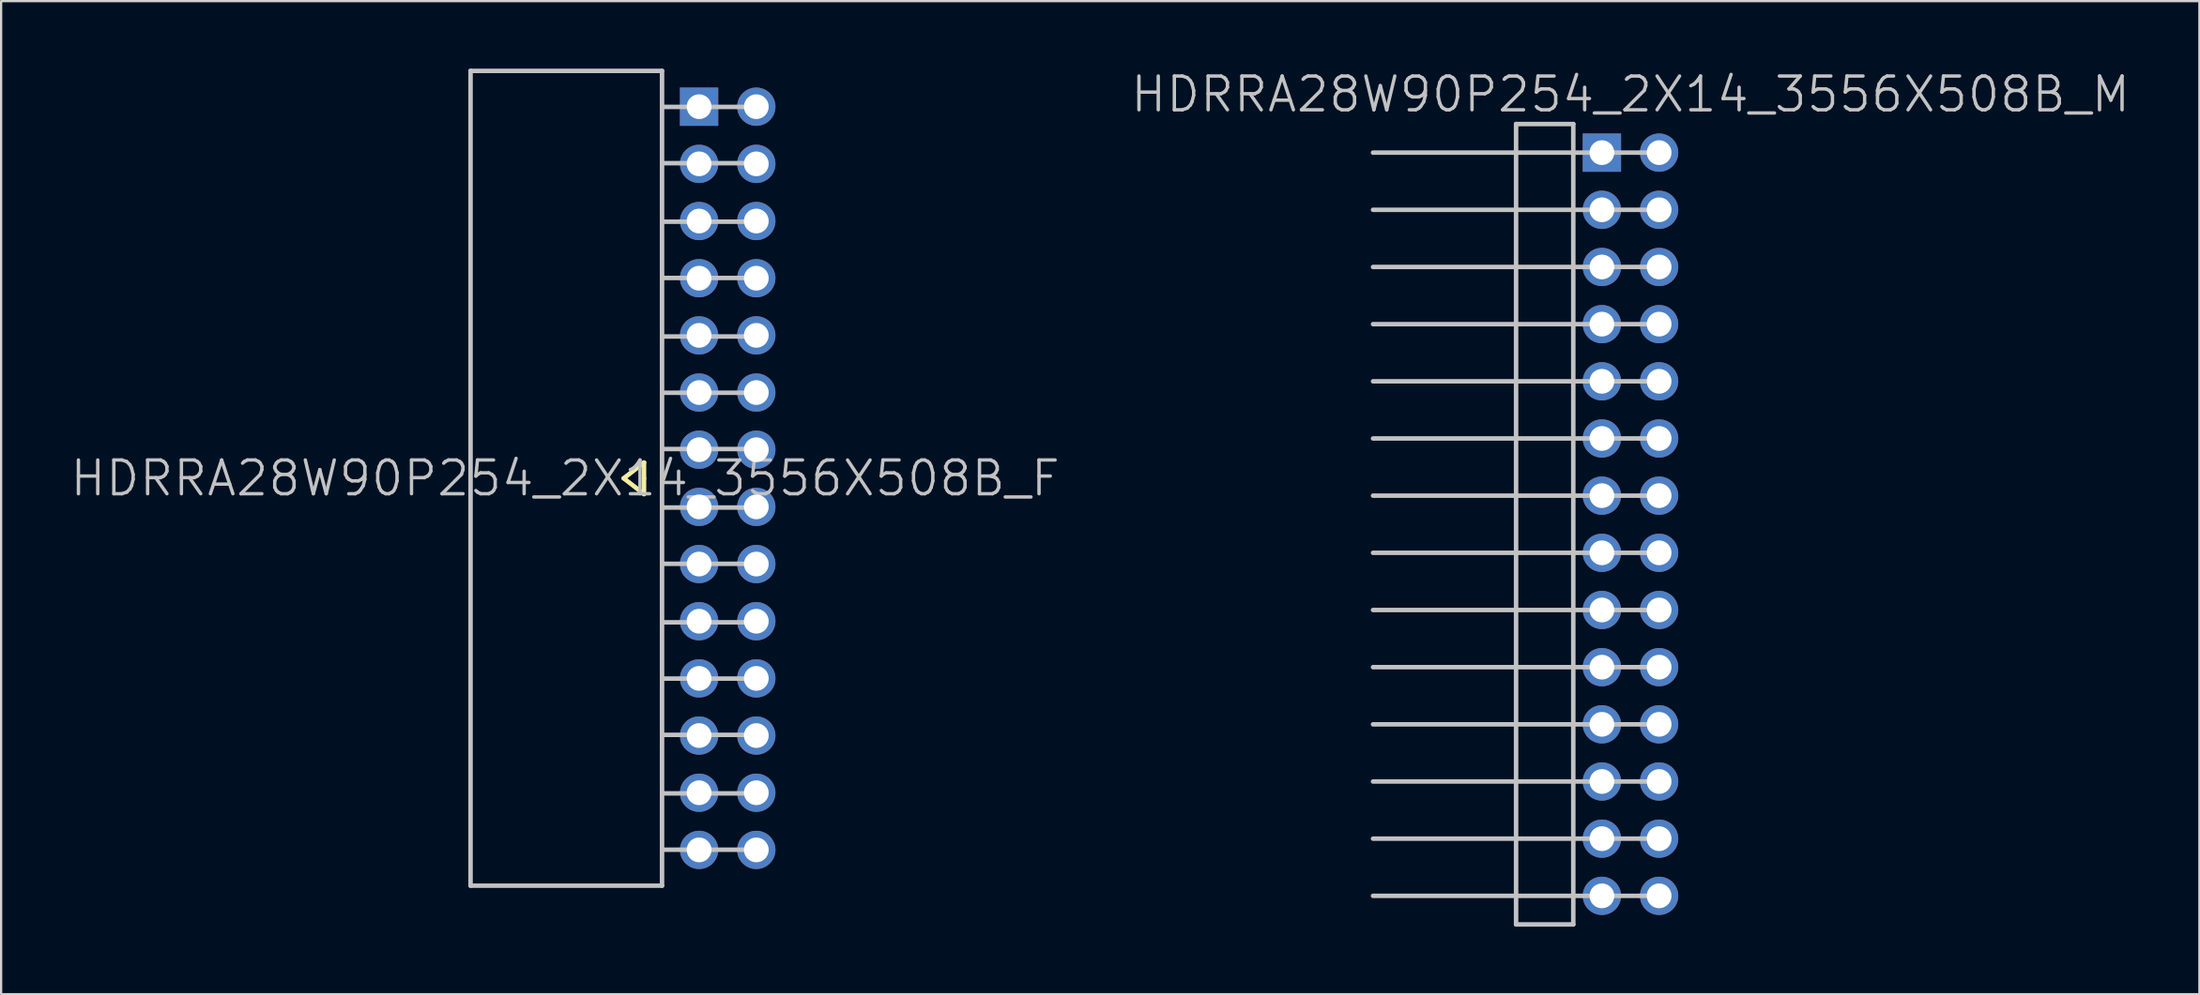
<source format=kicad_pcb>
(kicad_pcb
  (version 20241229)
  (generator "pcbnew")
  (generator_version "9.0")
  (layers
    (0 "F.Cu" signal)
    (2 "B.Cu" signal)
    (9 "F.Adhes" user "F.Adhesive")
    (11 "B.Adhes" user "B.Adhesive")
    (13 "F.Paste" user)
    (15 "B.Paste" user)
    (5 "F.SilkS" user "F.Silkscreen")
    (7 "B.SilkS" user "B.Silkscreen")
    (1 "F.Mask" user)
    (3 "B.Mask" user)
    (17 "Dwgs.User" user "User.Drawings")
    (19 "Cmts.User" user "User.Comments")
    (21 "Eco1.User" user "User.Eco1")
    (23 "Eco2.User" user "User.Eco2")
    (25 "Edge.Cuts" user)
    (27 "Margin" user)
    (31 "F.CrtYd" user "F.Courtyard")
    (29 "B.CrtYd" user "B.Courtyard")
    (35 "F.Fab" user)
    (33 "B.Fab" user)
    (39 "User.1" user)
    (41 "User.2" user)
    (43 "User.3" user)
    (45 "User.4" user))
  (footprint "HDRRA28W90P254_2X14_3556X508B_M"
    (layer "F.Cu")
    (at 69.332 20.241)
    (property "Reference" "HDRRA28W90P254_2X14_3556X508B_M" (at 0 -19.1 180) (layer "Dwgs.User") (effects (font (size 1.5 1.5) (thickness 0.15))))
    (attr through_hole)
    (fp_line (start -11.43 -11.43) (end 1.27 -11.43) (stroke (width 0.2) (type solid)) (layer "Dwgs.User"))
    (fp_line (start -11.43 13.97) (end 1.27 13.97) (stroke (width 0.2) (type solid)) (layer "Dwgs.User"))
    (fp_line (start -5.08 -17.78) (end -2.54 -17.78) (stroke (width 0.2) (type solid)) (layer "Dwgs.User"))
    (fp_line (start -5.08 17.78) (end -5.08 -17.78) (stroke (width 0.2) (type solid)) (layer "Dwgs.User"))
    (fp_line (start -2.54 -17.78) (end -2.54 17.78) (stroke (width 0.2) (type solid)) (layer "Dwgs.User"))
    (fp_line (start -2.54 17.78) (end -5.08 17.78) (stroke (width 0.2) (type solid)) (layer "Dwgs.User"))
    (fp_line (start 1.27 -16.51) (end -11.43 -16.51) (stroke (width 0.2) (type solid)) (layer "Dwgs.User"))
    (fp_line (start 1.27 -13.97) (end -11.43 -13.97) (stroke (width 0.2) (type solid)) (layer "Dwgs.User"))
    (fp_line (start 1.27 -8.89) (end -11.43 -8.89) (stroke (width 0.2) (type solid)) (layer "Dwgs.User"))
    (fp_line (start 1.27 -6.35) (end -11.43 -6.35) (stroke (width 0.2) (type solid)) (layer "Dwgs.User"))
    (fp_line (start 1.27 -3.81) (end -11.43 -3.81) (stroke (width 0.2) (type solid)) (layer "Dwgs.User"))
    (fp_line (start 1.27 -1.27) (end -11.43 -1.27) (stroke (width 0.2) (type solid)) (layer "Dwgs.User"))
    (fp_line (start 1.27 1.27) (end -11.43 1.27) (stroke (width 0.2) (type solid)) (layer "Dwgs.User"))
    (fp_line (start 1.27 3.81) (end -11.43 3.81) (stroke (width 0.2) (type solid)) (layer "Dwgs.User"))
    (fp_line (start 1.27 6.35) (end -11.43 6.35) (stroke (width 0.2) (type solid)) (layer "Dwgs.User"))
    (fp_line (start 1.27 8.89) (end -11.43 8.89) (stroke (width 0.2) (type solid)) (layer "Dwgs.User"))
    (fp_line (start 1.27 11.43) (end -11.43 11.43) (stroke (width 0.2) (type solid)) (layer "Dwgs.User"))
    (fp_line (start 1.27 16.51) (end -11.43 16.51) (stroke (width 0.2) (type solid)) (layer "Dwgs.User"))
    (pad "1" thru_hole rect (at -1.27 -16.51) (size 1.7 1.7) (drill 1.1) (layers "*.Cu" "*.Mask"))
    (pad "2" thru_hole circle (at 1.27 -16.51 270) (size 1.7 1.7) (drill 1.1) (layers "*.Cu" "*.Mask"))
    (pad "3" thru_hole circle (at -1.27 -13.97 270) (size 1.7 1.7) (drill 1.1) (layers "*.Cu" "*.Mask"))
    (pad "4" thru_hole circle (at 1.27 -13.97 270) (size 1.7 1.7) (drill 1.1) (layers "*.Cu" "*.Mask"))
    (pad "5" thru_hole circle (at -1.27 -11.43 270) (size 1.7 1.7) (drill 1.1) (layers "*.Cu" "*.Mask"))
    (pad "6" thru_hole circle (at 1.27 -11.43 270) (size 1.7 1.7) (drill 1.1) (layers "*.Cu" "*.Mask"))
    (pad "7" thru_hole circle (at -1.27 -8.89 270) (size 1.7 1.7) (drill 1.1) (layers "*.Cu" "*.Mask"))
    (pad "8" thru_hole circle (at 1.27 -8.89 270) (size 1.7 1.7) (drill 1.1) (layers "*.Cu" "*.Mask"))
    (pad "9" thru_hole circle (at -1.27 -6.35 270) (size 1.7 1.7) (drill 1.1) (layers "*.Cu" "*.Mask"))
    (pad "10" thru_hole circle (at 1.27 -6.35 270) (size 1.7 1.7) (drill 1.1) (layers "*.Cu" "*.Mask"))
    (pad "11" thru_hole circle (at -1.27 -3.81 270) (size 1.7 1.7) (drill 1.1) (layers "*.Cu" "*.Mask"))
    (pad "12" thru_hole circle (at 1.27 -3.81 270) (size 1.7 1.7) (drill 1.1) (layers "*.Cu" "*.Mask"))
    (pad "13" thru_hole circle (at -1.27 -1.27 270) (size 1.7 1.7) (drill 1.1) (layers "*.Cu" "*.Mask"))
    (pad "14" thru_hole circle (at 1.27 -1.27 270) (size 1.7 1.7) (drill 1.1) (layers "*.Cu" "*.Mask"))
    (pad "15" thru_hole circle (at -1.27 1.27 270) (size 1.7 1.7) (drill 1.1) (layers "*.Cu" "*.Mask"))
    (pad "16" thru_hole circle (at 1.27 1.27 270) (size 1.7 1.7) (drill 1.1) (layers "*.Cu" "*.Mask"))
    (pad "17" thru_hole circle (at -1.27 3.81 270) (size 1.7 1.7) (drill 1.1) (layers "*.Cu" "*.Mask"))
    (pad "18" thru_hole circle (at 1.27 3.81 270) (size 1.7 1.7) (drill 1.1) (layers "*.Cu" "*.Mask"))
    (pad "19" thru_hole circle (at -1.27 6.35 270) (size 1.7 1.7) (drill 1.1) (layers "*.Cu" "*.Mask"))
    (pad "20" thru_hole circle (at 1.27 6.35 270) (size 1.7 1.7) (drill 1.1) (layers "*.Cu" "*.Mask"))
    (pad "21" thru_hole circle (at -1.27 8.89 270) (size 1.7 1.7) (drill 1.1) (layers "*.Cu" "*.Mask"))
    (pad "22" thru_hole circle (at 1.27 8.89 270) (size 1.7 1.7) (drill 1.1) (layers "*.Cu" "*.Mask"))
    (pad "23" thru_hole circle (at -1.27 11.43 270) (size 1.7 1.7) (drill 1.1) (layers "*.Cu" "*.Mask"))
    (pad "24" thru_hole circle (at 1.27 11.43 270) (size 1.7 1.7) (drill 1.1) (layers "*.Cu" "*.Mask"))
    (pad "25" thru_hole circle (at -1.27 13.97 270) (size 1.7 1.7) (drill 1.1) (layers "*.Cu" "*.Mask"))
    (pad "26" thru_hole circle (at 1.27 13.97 270) (size 1.7 1.7) (drill 1.1) (layers "*.Cu" "*.Mask"))
    (pad "27" thru_hole circle (at -1.27 16.51 270) (size 1.7 1.7) (drill 1.1) (layers "*.Cu" "*.Mask"))
    (pad "28" thru_hole circle (at 1.27 16.51 270) (size 1.7 1.7) (drill 1.1) (layers "*.Cu" "*.Mask")))
  (footprint "HDRRA28W90P254_2X14_3556X508B_F"
    (layer "F.Cu")
    (at 24.339 18.2)
    (property "Reference" "HDRRA28W90P254_2X14_3556X508B_F" (at -2.3 0 180) (layer "Dwgs.User") (effects (font (size 1.5 1.5) (thickness 0.15))))
    (attr through_hole)
    (fp_line (start 0.3 0) (end 1.2 0.7) (stroke (width 0.2) (type solid)) (layer "F.SilkS"))
    (fp_line (start 1.2 -0.7) (end 0.3 0) (stroke (width 0.2) (type solid)) (layer "F.SilkS"))
    (fp_line (start 1.2 0) (end 1.2 -0.7) (stroke (width 0.2) (type solid)) (layer "F.SilkS"))
    (fp_line (start 1.2 0.7) (end 1.2 0) (stroke (width 0.2) (type solid)) (layer "F.SilkS"))
    (fp_line (start -6.5 -18.1) (end -6.5 18.1) (stroke (width 0.2) (type solid)) (layer "Dwgs.User"))
    (fp_line (start 2 -18.1) (end -6.5 -18.1) (stroke (width 0.2) (type solid)) (layer "Dwgs.User"))
    (fp_line (start 2 -18.1) (end 2 18.1) (stroke (width 0.2) (type solid)) (layer "Dwgs.User"))
    (fp_line (start 2 18.1) (end -6.5 18.1) (stroke (width 0.2) (type solid)) (layer "Dwgs.User"))
    (fp_line (start 6.2 -16.5) (end 2 -16.5) (stroke (width 0.2) (type solid)) (layer "Dwgs.User"))
    (fp_line (start 6.2 -14) (end 2 -14) (stroke (width 0.2) (type solid)) (layer "Dwgs.User"))
    (fp_line (start 6.2 -11.4) (end 2 -11.4) (stroke (width 0.2) (type solid)) (layer "Dwgs.User"))
    (fp_line (start 6.2 -8.9) (end 2 -8.9) (stroke (width 0.2) (type solid)) (layer "Dwgs.User"))
    (fp_line (start 6.2 -6.3) (end 2 -6.3) (stroke (width 0.2) (type solid)) (layer "Dwgs.User"))
    (fp_line (start 6.2 -3.8) (end 2 -3.8) (stroke (width 0.2) (type solid)) (layer "Dwgs.User"))
    (fp_line (start 6.2 -1.3) (end 2 -1.3) (stroke (width 0.2) (type solid)) (layer "Dwgs.User"))
    (fp_line (start 6.2 1.3) (end 2 1.3) (stroke (width 0.2) (type solid)) (layer "Dwgs.User"))
    (fp_line (start 6.2 3.8) (end 2 3.8) (stroke (width 0.2) (type solid)) (layer "Dwgs.User"))
    (fp_line (start 6.2 6.4) (end 2 6.4) (stroke (width 0.2) (type solid)) (layer "Dwgs.User"))
    (fp_line (start 6.2 8.9) (end 2 8.9) (stroke (width 0.2) (type solid)) (layer "Dwgs.User"))
    (fp_line (start 6.2 11.4) (end 2 11.4) (stroke (width 0.2) (type solid)) (layer "Dwgs.User"))
    (fp_line (start 6.2 14) (end 2 14) (stroke (width 0.2) (type solid)) (layer "Dwgs.User"))
    (fp_line (start 6.2 16.5) (end 2 16.5) (stroke (width 0.2) (type solid)) (layer "Dwgs.User"))
    (pad "1" thru_hole rect (at 3.645 -16.51) (size 1.7 1.7) (drill 1.1) (layers "*.Cu" "*.Mask"))
    (pad "2" thru_hole circle (at 6.185 -16.51 270) (size 1.7 1.7) (drill 1.1) (layers "*.Cu" "*.Mask"))
    (pad "3" thru_hole circle (at 3.645 -13.97 270) (size 1.7 1.7) (drill 1.1) (layers "*.Cu" "*.Mask"))
    (pad "4" thru_hole circle (at 6.185 -13.97 270) (size 1.7 1.7) (drill 1.1) (layers "*.Cu" "*.Mask"))
    (pad "5" thru_hole circle (at 3.645 -11.43 270) (size 1.7 1.7) (drill 1.1) (layers "*.Cu" "*.Mask"))
    (pad "6" thru_hole circle (at 6.185 -11.43 270) (size 1.7 1.7) (drill 1.1) (layers "*.Cu" "*.Mask"))
    (pad "7" thru_hole circle (at 3.645 -8.89 270) (size 1.7 1.7) (drill 1.1) (layers "*.Cu" "*.Mask"))
    (pad "8" thru_hole circle (at 6.185 -8.89 270) (size 1.7 1.7) (drill 1.1) (layers "*.Cu" "*.Mask"))
    (pad "9" thru_hole circle (at 3.645 -6.35 270) (size 1.7 1.7) (drill 1.1) (layers "*.Cu" "*.Mask"))
    (pad "10" thru_hole circle (at 6.185 -6.35 270) (size 1.7 1.7) (drill 1.1) (layers "*.Cu" "*.Mask"))
    (pad "11" thru_hole circle (at 3.645 -3.81 270) (size 1.7 1.7) (drill 1.1) (layers "*.Cu" "*.Mask"))
    (pad "12" thru_hole circle (at 6.185 -3.81 270) (size 1.7 1.7) (drill 1.1) (layers "*.Cu" "*.Mask"))
    (pad "13" thru_hole circle (at 3.645 -1.27 270) (size 1.7 1.7) (drill 1.1) (layers "*.Cu" "*.Mask"))
    (pad "14" thru_hole circle (at 6.185 -1.27 270) (size 1.7 1.7) (drill 1.1) (layers "*.Cu" "*.Mask"))
    (pad "15" thru_hole circle (at 3.645 1.27 270) (size 1.7 1.7) (drill 1.1) (layers "*.Cu" "*.Mask"))
    (pad "16" thru_hole circle (at 6.185 1.27 270) (size 1.7 1.7) (drill 1.1) (layers "*.Cu" "*.Mask"))
    (pad "17" thru_hole circle (at 3.645 3.81 270) (size 1.7 1.7) (drill 1.1) (layers "*.Cu" "*.Mask"))
    (pad "18" thru_hole circle (at 6.185 3.81 270) (size 1.7 1.7) (drill 1.1) (layers "*.Cu" "*.Mask"))
    (pad "19" thru_hole circle (at 3.645 6.35 270) (size 1.7 1.7) (drill 1.1) (layers "*.Cu" "*.Mask"))
    (pad "20" thru_hole circle (at 6.185 6.35 270) (size 1.7 1.7) (drill 1.1) (layers "*.Cu" "*.Mask"))
    (pad "21" thru_hole circle (at 3.645 8.89 270) (size 1.7 1.7) (drill 1.1) (layers "*.Cu" "*.Mask"))
    (pad "22" thru_hole circle (at 6.185 8.89 270) (size 1.7 1.7) (drill 1.1) (layers "*.Cu" "*.Mask"))
    (pad "23" thru_hole circle (at 3.645 11.43 270) (size 1.7 1.7) (drill 1.1) (layers "*.Cu" "*.Mask"))
    (pad "24" thru_hole circle (at 6.185 11.43 270) (size 1.7 1.7) (drill 1.1) (layers "*.Cu" "*.Mask"))
    (pad "25" thru_hole circle (at 3.645 13.97 270) (size 1.7 1.7) (drill 1.1) (layers "*.Cu" "*.Mask"))
    (pad "26" thru_hole circle (at 6.185 13.97 270) (size 1.7 1.7) (drill 1.1) (layers "*.Cu" "*.Mask"))
    (pad "27" thru_hole circle (at 3.645 16.51 270) (size 1.7 1.7) (drill 1.1) (layers "*.Cu" "*.Mask"))
    (pad "28" thru_hole circle (at 6.185 16.51 270) (size 1.7 1.7) (drill 1.1) (layers "*.Cu" "*.Mask")))
  (gr_rect
    (start -3 -3)
    (end 94.586 41.121)
    (stroke (width 0.1) (type default))
    (fill no)
    (layer "Edge.Cuts")))
</source>
